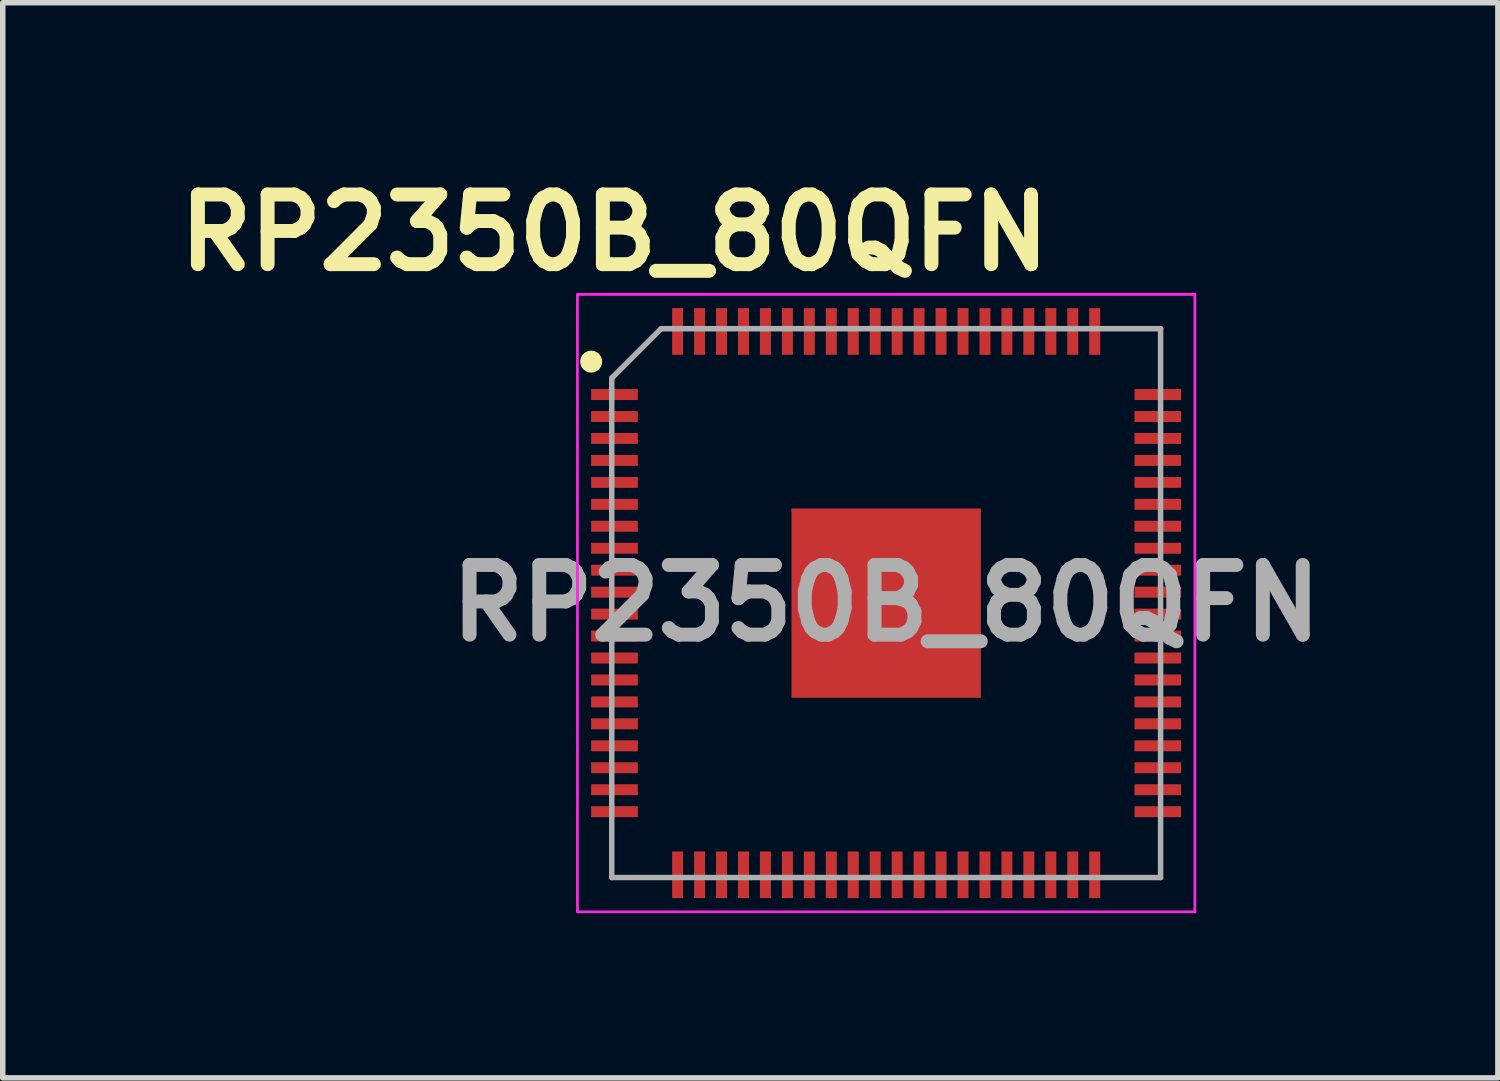
<source format=kicad_pcb>
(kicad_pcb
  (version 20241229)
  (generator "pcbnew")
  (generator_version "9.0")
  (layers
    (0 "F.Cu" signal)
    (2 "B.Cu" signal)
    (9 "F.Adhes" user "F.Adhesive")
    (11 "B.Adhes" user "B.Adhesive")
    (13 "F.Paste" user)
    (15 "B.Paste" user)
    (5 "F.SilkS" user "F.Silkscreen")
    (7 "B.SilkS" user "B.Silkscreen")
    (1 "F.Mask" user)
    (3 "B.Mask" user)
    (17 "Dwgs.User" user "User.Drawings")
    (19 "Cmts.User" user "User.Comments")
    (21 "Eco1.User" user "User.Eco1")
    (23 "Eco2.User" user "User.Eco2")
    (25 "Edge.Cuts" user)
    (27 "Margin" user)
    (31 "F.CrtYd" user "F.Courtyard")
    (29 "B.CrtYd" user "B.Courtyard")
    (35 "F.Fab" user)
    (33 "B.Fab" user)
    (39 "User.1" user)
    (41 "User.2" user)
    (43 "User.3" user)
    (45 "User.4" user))
  (footprint "RP2350B_80QFN"
    (layer "F.Cu")
    (at 13.096 7.939)
    (property "Reference" "RP2350B_80QFN" (at -4.95 -6.75 0) (layer "F.SilkS") (effects (font (size 1.27 1.27) (thickness 0.254))))
    (attr smd)
    (fp_circle (center -5.375 -4.4) (end -5.375 -4.3) (stroke (width 0.2) (type solid)) (fill no) (layer "F.SilkS"))
    (fp_line (start -5.625 -5.625) (end 5.625 -5.625) (stroke (width 0.05) (type solid)) (layer "F.CrtYd"))
    (fp_line (start -5.625 5.625) (end -5.625 -5.625) (stroke (width 0.05) (type solid)) (layer "F.CrtYd"))
    (fp_line (start 5.625 -5.625) (end 5.625 5.625) (stroke (width 0.05) (type solid)) (layer "F.CrtYd"))
    (fp_line (start 5.625 5.625) (end -5.625 5.625) (stroke (width 0.05) (type solid)) (layer "F.CrtYd"))
    (fp_line (start -5 -4.1) (end -4.1 -5) (stroke (width 0.1) (type default)) (layer "F.Fab"))
    (fp_line (start -5 5) (end -5 -4.1) (stroke (width 0.1) (type solid)) (layer "F.Fab"))
    (fp_line (start -4.1 -5) (end 5 -5) (stroke (width 0.1) (type solid)) (layer "F.Fab"))
    (fp_line (start 5 -5) (end 5 5) (stroke (width 0.1) (type solid)) (layer "F.Fab"))
    (fp_line (start 5 5) (end -5 5) (stroke (width 0.1) (type solid)) (layer "F.Fab"))
    (fp_text user "${REFERENCE}" (at 0 0 0) (layer "F.Fab") (effects (font (size 1.27 1.27) (thickness 0.254))))
    (pad "1" smd rect (at -4.95 -3.8 90) (size 0.2 0.85) (layers "F.Cu" "F.Mask" "F.Paste"))
    (pad "2" smd rect (at -4.95 -3.4 90) (size 0.2 0.85) (layers "F.Cu" "F.Mask" "F.Paste"))
    (pad "3" smd rect (at -4.95 -3 90) (size 0.2 0.85) (layers "F.Cu" "F.Mask" "F.Paste"))
    (pad "4" smd rect (at -4.95 -2.6 90) (size 0.2 0.85) (layers "F.Cu" "F.Mask" "F.Paste"))
    (pad "5" smd rect (at -4.95 -2.2 90) (size 0.2 0.85) (layers "F.Cu" "F.Mask" "F.Paste"))
    (pad "6" smd rect (at -4.95 -1.8 90) (size 0.2 0.85) (layers "F.Cu" "F.Mask" "F.Paste"))
    (pad "7" smd rect (at -4.95 -1.4 90) (size 0.2 0.85) (layers "F.Cu" "F.Mask" "F.Paste"))
    (pad "8" smd rect (at -4.95 -1 90) (size 0.2 0.85) (layers "F.Cu" "F.Mask" "F.Paste"))
    (pad "9" smd rect (at -4.95 -0.6 90) (size 0.2 0.85) (layers "F.Cu" "F.Mask" "F.Paste"))
    (pad "10" smd rect (at -4.95 -0.2 90) (size 0.2 0.85) (layers "F.Cu" "F.Mask" "F.Paste"))
    (pad "11" smd rect (at -4.95 0.2 90) (size 0.2 0.85) (layers "F.Cu" "F.Mask" "F.Paste"))
    (pad "12" smd rect (at -4.95 0.6 90) (size 0.2 0.85) (layers "F.Cu" "F.Mask" "F.Paste"))
    (pad "13" smd rect (at -4.95 1 90) (size 0.2 0.85) (layers "F.Cu" "F.Mask" "F.Paste"))
    (pad "14" smd rect (at -4.95 1.4 90) (size 0.2 0.85) (layers "F.Cu" "F.Mask" "F.Paste"))
    (pad "15" smd rect (at -4.95 1.8 90) (size 0.2 0.85) (layers "F.Cu" "F.Mask" "F.Paste"))
    (pad "16" smd rect (at -4.95 2.2 90) (size 0.2 0.85) (layers "F.Cu" "F.Mask" "F.Paste"))
    (pad "17" smd rect (at -4.95 2.6 90) (size 0.2 0.85) (layers "F.Cu" "F.Mask" "F.Paste"))
    (pad "18" smd rect (at -4.95 3 90) (size 0.2 0.85) (layers "F.Cu" "F.Mask" "F.Paste"))
    (pad "19" smd rect (at -4.95 3.4 90) (size 0.2 0.85) (layers "F.Cu" "F.Mask" "F.Paste"))
    (pad "20" smd rect (at -4.95 3.8 90) (size 0.2 0.85) (layers "F.Cu" "F.Mask" "F.Paste"))
    (pad "21" smd rect (at -3.8 4.95) (size 0.2 0.85) (layers "F.Cu" "F.Mask" "F.Paste"))
    (pad "22" smd rect (at -3.4 4.95) (size 0.2 0.85) (layers "F.Cu" "F.Mask" "F.Paste"))
    (pad "23" smd rect (at -3 4.95) (size 0.2 0.85) (layers "F.Cu" "F.Mask" "F.Paste"))
    (pad "24" smd rect (at -2.6 4.95) (size 0.2 0.85) (layers "F.Cu" "F.Mask" "F.Paste"))
    (pad "25" smd rect (at -2.2 4.95) (size 0.2 0.85) (layers "F.Cu" "F.Mask" "F.Paste"))
    (pad "26" smd rect (at -1.8 4.95) (size 0.2 0.85) (layers "F.Cu" "F.Mask" "F.Paste"))
    (pad "27" smd rect (at -1.4 4.95) (size 0.2 0.85) (layers "F.Cu" "F.Mask" "F.Paste"))
    (pad "28" smd rect (at -1 4.95) (size 0.2 0.85) (layers "F.Cu" "F.Mask" "F.Paste"))
    (pad "29" smd rect (at -0.6 4.95) (size 0.2 0.85) (layers "F.Cu" "F.Mask" "F.Paste"))
    (pad "30" smd rect (at -0.2 4.95) (size 0.2 0.85) (layers "F.Cu" "F.Mask" "F.Paste"))
    (pad "31" smd rect (at 0.2 4.95) (size 0.2 0.85) (layers "F.Cu" "F.Mask" "F.Paste"))
    (pad "32" smd rect (at 0.6 4.95) (size 0.2 0.85) (layers "F.Cu" "F.Mask" "F.Paste"))
    (pad "33" smd rect (at 1 4.95) (size 0.2 0.85) (layers "F.Cu" "F.Mask" "F.Paste"))
    (pad "34" smd rect (at 1.4 4.95) (size 0.2 0.85) (layers "F.Cu" "F.Mask" "F.Paste"))
    (pad "35" smd rect (at 1.8 4.95) (size 0.2 0.85) (layers "F.Cu" "F.Mask" "F.Paste"))
    (pad "36" smd rect (at 2.2 4.95) (size 0.2 0.85) (layers "F.Cu" "F.Mask" "F.Paste"))
    (pad "37" smd rect (at 2.6 4.95) (size 0.2 0.85) (layers "F.Cu" "F.Mask" "F.Paste"))
    (pad "38" smd rect (at 3 4.95) (size 0.2 0.85) (layers "F.Cu" "F.Mask" "F.Paste"))
    (pad "39" smd rect (at 3.4 4.95) (size 0.2 0.85) (layers "F.Cu" "F.Mask" "F.Paste"))
    (pad "40" smd rect (at 3.8 4.95) (size 0.2 0.85) (layers "F.Cu" "F.Mask" "F.Paste"))
    (pad "41" smd rect (at 4.95 3.8 90) (size 0.2 0.85) (layers "F.Cu" "F.Mask" "F.Paste"))
    (pad "42" smd rect (at 4.95 3.4 90) (size 0.2 0.85) (layers "F.Cu" "F.Mask" "F.Paste"))
    (pad "43" smd rect (at 4.95 3 90) (size 0.2 0.85) (layers "F.Cu" "F.Mask" "F.Paste"))
    (pad "44" smd rect (at 4.95 2.6 90) (size 0.2 0.85) (layers "F.Cu" "F.Mask" "F.Paste"))
    (pad "45" smd rect (at 4.95 2.2 90) (size 0.2 0.85) (layers "F.Cu" "F.Mask" "F.Paste"))
    (pad "46" smd rect (at 4.95 1.8 90) (size 0.2 0.85) (layers "F.Cu" "F.Mask" "F.Paste"))
    (pad "47" smd rect (at 4.95 1.4 90) (size 0.2 0.85) (layers "F.Cu" "F.Mask" "F.Paste"))
    (pad "48" smd rect (at 4.95 1 90) (size 0.2 0.85) (layers "F.Cu" "F.Mask" "F.Paste"))
    (pad "49" smd rect (at 4.95 0.6 90) (size 0.2 0.85) (layers "F.Cu" "F.Mask" "F.Paste"))
    (pad "50" smd rect (at 4.95 0.2 90) (size 0.2 0.85) (layers "F.Cu" "F.Mask" "F.Paste"))
    (pad "51" smd rect (at 4.95 -0.2 90) (size 0.2 0.85) (layers "F.Cu" "F.Mask" "F.Paste"))
    (pad "52" smd rect (at 4.95 -0.6 90) (size 0.2 0.85) (layers "F.Cu" "F.Mask" "F.Paste"))
    (pad "53" smd rect (at 4.95 -1 90) (size 0.2 0.85) (layers "F.Cu" "F.Mask" "F.Paste"))
    (pad "54" smd rect (at 4.95 -1.4 90) (size 0.2 0.85) (layers "F.Cu" "F.Mask" "F.Paste"))
    (pad "55" smd rect (at 4.95 -1.8 90) (size 0.2 0.85) (layers "F.Cu" "F.Mask" "F.Paste"))
    (pad "56" smd rect (at 4.95 -2.2 90) (size 0.2 0.85) (layers "F.Cu" "F.Mask" "F.Paste"))
    (pad "57" smd rect (at 4.95 -2.6 90) (size 0.2 0.85) (layers "F.Cu" "F.Mask" "F.Paste"))
    (pad "58" smd rect (at 4.95 -3 90) (size 0.2 0.85) (layers "F.Cu" "F.Mask" "F.Paste"))
    (pad "59" smd rect (at 4.95 -3.4 90) (size 0.2 0.85) (layers "F.Cu" "F.Mask" "F.Paste"))
    (pad "60" smd rect (at 4.95 -3.8 90) (size 0.2 0.85) (layers "F.Cu" "F.Mask" "F.Paste"))
    (pad "61" smd rect (at 3.8 -4.95) (size 0.2 0.85) (layers "F.Cu" "F.Mask" "F.Paste"))
    (pad "62" smd rect (at 3.4 -4.95) (size 0.2 0.85) (layers "F.Cu" "F.Mask" "F.Paste"))
    (pad "63" smd rect (at 3 -4.95) (size 0.2 0.85) (layers "F.Cu" "F.Mask" "F.Paste"))
    (pad "64" smd rect (at 2.6 -4.95) (size 0.2 0.85) (layers "F.Cu" "F.Mask" "F.Paste"))
    (pad "65" smd rect (at 2.2 -4.95) (size 0.2 0.85) (layers "F.Cu" "F.Mask" "F.Paste"))
    (pad "66" smd rect (at 1.8 -4.95) (size 0.2 0.85) (layers "F.Cu" "F.Mask" "F.Paste"))
    (pad "67" smd rect (at 1.4 -4.95) (size 0.2 0.85) (layers "F.Cu" "F.Mask" "F.Paste"))
    (pad "68" smd rect (at 1 -4.95) (size 0.2 0.85) (layers "F.Cu" "F.Mask" "F.Paste"))
    (pad "69" smd rect (at 0.6 -4.95) (size 0.2 0.85) (layers "F.Cu" "F.Mask" "F.Paste"))
    (pad "70" smd rect (at 0.2 -4.95) (size 0.2 0.85) (layers "F.Cu" "F.Mask" "F.Paste"))
    (pad "71" smd rect (at -0.2 -4.95) (size 0.2 0.85) (layers "F.Cu" "F.Mask" "F.Paste"))
    (pad "72" smd rect (at -0.6 -4.95) (size 0.2 0.85) (layers "F.Cu" "F.Mask" "F.Paste"))
    (pad "73" smd rect (at -1 -4.95) (size 0.2 0.85) (layers "F.Cu" "F.Mask" "F.Paste"))
    (pad "74" smd rect (at -1.4 -4.95) (size 0.2 0.85) (layers "F.Cu" "F.Mask" "F.Paste"))
    (pad "75" smd rect (at -1.8 -4.95) (size 0.2 0.85) (layers "F.Cu" "F.Mask" "F.Paste"))
    (pad "76" smd rect (at -2.2 -4.95) (size 0.2 0.85) (layers "F.Cu" "F.Mask" "F.Paste"))
    (pad "77" smd rect (at -2.6 -4.95) (size 0.2 0.85) (layers "F.Cu" "F.Mask" "F.Paste"))
    (pad "78" smd rect (at -3 -4.95) (size 0.2 0.85) (layers "F.Cu" "F.Mask" "F.Paste"))
    (pad "79" smd rect (at -3.4 -4.95) (size 0.2 0.85) (layers "F.Cu" "F.Mask" "F.Paste"))
    (pad "80" smd rect (at -3.8 -4.95) (size 0.2 0.85) (layers "F.Cu" "F.Mask" "F.Paste"))
    (pad "81" smd rect (at 0 0) (size 3.45 3.45) (layers "F.Cu" "F.Mask" "F.Paste")))
  (gr_rect
    (start -3 -3)
    (end 24.242 16.589)
    (stroke (width 0.1) (type default))
    (fill no)
    (layer "Edge.Cuts")))
</source>
